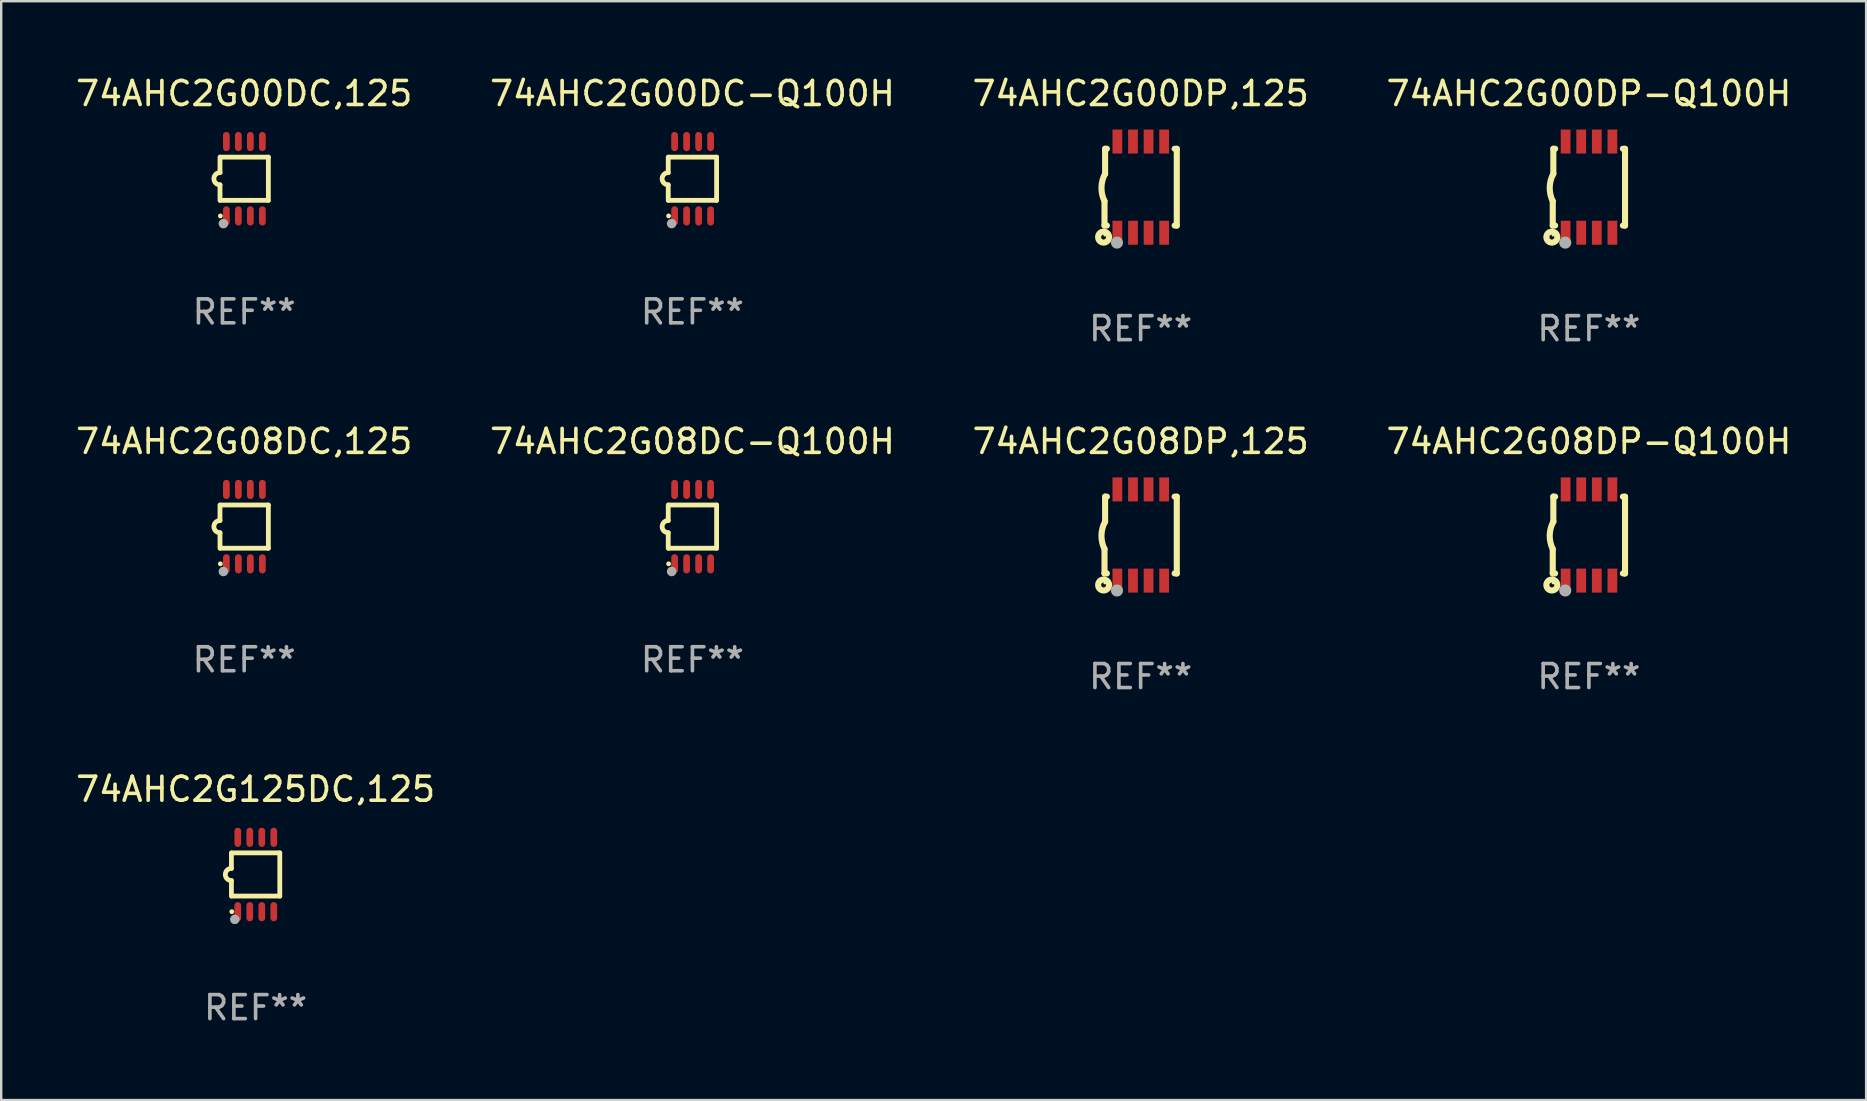
<source format=kicad_pcb>
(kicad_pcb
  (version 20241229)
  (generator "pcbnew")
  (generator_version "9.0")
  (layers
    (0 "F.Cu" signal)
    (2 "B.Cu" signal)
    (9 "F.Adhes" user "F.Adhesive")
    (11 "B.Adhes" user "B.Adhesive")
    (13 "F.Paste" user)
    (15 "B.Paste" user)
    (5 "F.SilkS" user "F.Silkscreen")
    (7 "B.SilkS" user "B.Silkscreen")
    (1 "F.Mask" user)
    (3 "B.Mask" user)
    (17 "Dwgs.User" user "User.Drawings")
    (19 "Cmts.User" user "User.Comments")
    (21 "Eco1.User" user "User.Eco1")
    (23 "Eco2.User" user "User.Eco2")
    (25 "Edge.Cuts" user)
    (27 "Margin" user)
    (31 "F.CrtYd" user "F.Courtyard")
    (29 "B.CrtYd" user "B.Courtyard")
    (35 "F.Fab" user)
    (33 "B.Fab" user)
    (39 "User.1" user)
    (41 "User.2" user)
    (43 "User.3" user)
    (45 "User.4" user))
  (footprint "74AHC2G125DC,125"
    (layer "F.Cu")
    (at 7.601 33.391)
    (property "Reference" "74AHC2G125DC,125" (at 0 -3.55 0) (layer "F.SilkS") (effects (font (size 1 1) (thickness 0.15))))
    (attr through_hole)
    (fp_line (start -1.008 -0.254) (end -1.008 -0.9) (stroke (width 0.2) (type solid)) (layer "F.SilkS"))
    (fp_line (start -1.008 0.254) (end -1.008 0.9) (stroke (width 0.2) (type solid)) (layer "F.SilkS"))
    (fp_line (start -0.992 0.9) (end 1.008 0.9) (stroke (width 0.2) (type solid)) (layer "F.SilkS"))
    (fp_line (start 1.008 -0.9) (end -0.992 -0.9) (stroke (width 0.2) (type solid)) (layer "F.SilkS"))
    (fp_line (start 1.008 0.9) (end 1.008 -0.9) (stroke (width 0.2) (type solid)) (layer "F.SilkS"))
    (fp_arc (start -1.008001 0.254001) (mid -1.262002 0) (end -1.008001 -0.254001) (stroke (width 0.2) (type solid)) (layer "F.SilkS"))
    (fp_circle (center -0.992 1.55) (end -0.942 1.55) (stroke (width 0.1) (type solid)) (fill no) (layer "F.SilkS"))
    (fp_circle (center -0.866 1.87) (end -0.766 1.87) (stroke (width 0.2) (type solid)) (fill no) (layer "F.Fab"))
    (fp_text user "REF**" (at 0 5.55 0) (layer "F.Fab") (effects (font (size 1 1) (thickness 0.15))))
    (pad "1" smd oval (at -0.742 1.55 270) (size 0.8 0.28) (layers "F.Cu" "F.Mask" "F.Paste"))
    (pad "2" smd oval (at -0.242 1.55 270) (size 0.8 0.28) (layers "F.Cu" "F.Mask" "F.Paste"))
    (pad "3" smd oval (at 0.258 1.55 270) (size 0.8 0.28) (layers "F.Cu" "F.Mask" "F.Paste"))
    (pad "4" smd oval (at 0.758 1.55 270) (size 0.8 0.28) (layers "F.Cu" "F.Mask" "F.Paste"))
    (pad "5" smd oval (at 0.758 -1.55 270) (size 0.8 0.28) (layers "F.Cu" "F.Mask" "F.Paste"))
    (pad "6" smd oval (at 0.258 -1.55 270) (size 0.8 0.28) (layers "F.Cu" "F.Mask" "F.Paste"))
    (pad "7" smd oval (at -0.242 -1.55 270) (size 0.8 0.28) (layers "F.Cu" "F.Mask" "F.Paste"))
    (pad "8" smd oval (at -0.742 -1.55 270) (size 0.8 0.28) (layers "F.Cu" "F.Mask" "F.Paste")))
  (footprint "74AHC2G08DC-Q100H"
    (layer "F.Cu")
    (at 25.804 18.895)
    (property "Reference" "74AHC2G08DC-Q100H" (at 0 -3.55 0) (layer "F.SilkS") (effects (font (size 1 1) (thickness 0.15))))
    (attr through_hole)
    (fp_line (start -1.008 -0.254) (end -1.008 -0.9) (stroke (width 0.2) (type solid)) (layer "F.SilkS"))
    (fp_line (start -1.008 0.254) (end -1.008 0.9) (stroke (width 0.2) (type solid)) (layer "F.SilkS"))
    (fp_line (start -0.992 0.9) (end 1.008 0.9) (stroke (width 0.2) (type solid)) (layer "F.SilkS"))
    (fp_line (start 1.008 -0.9) (end -0.992 -0.9) (stroke (width 0.2) (type solid)) (layer "F.SilkS"))
    (fp_line (start 1.008 0.9) (end 1.008 -0.9) (stroke (width 0.2) (type solid)) (layer "F.SilkS"))
    (fp_arc (start -1.008001 0.254001) (mid -1.262002 0) (end -1.008001 -0.254001) (stroke (width 0.2) (type solid)) (layer "F.SilkS"))
    (fp_circle (center -0.992 1.55) (end -0.942 1.55) (stroke (width 0.1) (type solid)) (fill no) (layer "F.SilkS"))
    (fp_circle (center -0.866 1.87) (end -0.766 1.87) (stroke (width 0.2) (type solid)) (fill no) (layer "F.Fab"))
    (fp_text user "REF**" (at 0 5.55 0) (layer "F.Fab") (effects (font (size 1 1) (thickness 0.15))))
    (pad "1" smd oval (at -0.742 1.55 270) (size 0.8 0.28) (layers "F.Cu" "F.Mask" "F.Paste"))
    (pad "2" smd oval (at -0.242 1.55 270) (size 0.8 0.28) (layers "F.Cu" "F.Mask" "F.Paste"))
    (pad "3" smd oval (at 0.258 1.55 270) (size 0.8 0.28) (layers "F.Cu" "F.Mask" "F.Paste"))
    (pad "4" smd oval (at 0.758 1.55 270) (size 0.8 0.28) (layers "F.Cu" "F.Mask" "F.Paste"))
    (pad "5" smd oval (at 0.758 -1.55 270) (size 0.8 0.28) (layers "F.Cu" "F.Mask" "F.Paste"))
    (pad "6" smd oval (at 0.258 -1.55 270) (size 0.8 0.28) (layers "F.Cu" "F.Mask" "F.Paste"))
    (pad "7" smd oval (at -0.242 -1.55 270) (size 0.8 0.28) (layers "F.Cu" "F.Mask" "F.Paste"))
    (pad "8" smd oval (at -0.742 -1.55 270) (size 0.8 0.28) (layers "F.Cu" "F.Mask" "F.Paste")))
  (footprint "74AHC2G08DC,125"
    (layer "F.Cu")
    (at 7.125 18.895)
    (property "Reference" "74AHC2G08DC,125" (at 0 -3.55 0) (layer "F.SilkS") (effects (font (size 1 1) (thickness 0.15))))
    (attr through_hole)
    (fp_line (start -1.008 -0.254) (end -1.008 -0.9) (stroke (width 0.2) (type solid)) (layer "F.SilkS"))
    (fp_line (start -1.008 0.254) (end -1.008 0.9) (stroke (width 0.2) (type solid)) (layer "F.SilkS"))
    (fp_line (start -0.992 0.9) (end 1.008 0.9) (stroke (width 0.2) (type solid)) (layer "F.SilkS"))
    (fp_line (start 1.008 -0.9) (end -0.992 -0.9) (stroke (width 0.2) (type solid)) (layer "F.SilkS"))
    (fp_line (start 1.008 0.9) (end 1.008 -0.9) (stroke (width 0.2) (type solid)) (layer "F.SilkS"))
    (fp_arc (start -1.008001 0.254001) (mid -1.262002 0) (end -1.008001 -0.254001) (stroke (width 0.2) (type solid)) (layer "F.SilkS"))
    (fp_circle (center -0.992 1.55) (end -0.942 1.55) (stroke (width 0.1) (type solid)) (fill no) (layer "F.SilkS"))
    (fp_circle (center -0.866 1.87) (end -0.766 1.87) (stroke (width 0.2) (type solid)) (fill no) (layer "F.Fab"))
    (fp_text user "REF**" (at 0 5.55 0) (layer "F.Fab") (effects (font (size 1 1) (thickness 0.15))))
    (pad "1" smd oval (at -0.742 1.55 270) (size 0.8 0.28) (layers "F.Cu" "F.Mask" "F.Paste"))
    (pad "2" smd oval (at -0.242 1.55 270) (size 0.8 0.28) (layers "F.Cu" "F.Mask" "F.Paste"))
    (pad "3" smd oval (at 0.258 1.55 270) (size 0.8 0.28) (layers "F.Cu" "F.Mask" "F.Paste"))
    (pad "4" smd oval (at 0.758 1.55 270) (size 0.8 0.28) (layers "F.Cu" "F.Mask" "F.Paste"))
    (pad "5" smd oval (at 0.758 -1.55 270) (size 0.8 0.28) (layers "F.Cu" "F.Mask" "F.Paste"))
    (pad "6" smd oval (at 0.258 -1.55 270) (size 0.8 0.28) (layers "F.Cu" "F.Mask" "F.Paste"))
    (pad "7" smd oval (at -0.242 -1.55 270) (size 0.8 0.28) (layers "F.Cu" "F.Mask" "F.Paste"))
    (pad "8" smd oval (at -0.742 -1.55 270) (size 0.8 0.28) (layers "F.Cu" "F.Mask" "F.Paste")))
  (footprint "74AHC2G00DC,125"
    (layer "F.Cu")
    (at 7.125 4.398)
    (property "Reference" "74AHC2G00DC,125" (at 0 -3.55 0) (layer "F.SilkS") (effects (font (size 1 1) (thickness 0.15))))
    (attr through_hole)
    (fp_line (start -1.008 -0.254) (end -1.008 -0.9) (stroke (width 0.2) (type solid)) (layer "F.SilkS"))
    (fp_line (start -1.008 0.254) (end -1.008 0.9) (stroke (width 0.2) (type solid)) (layer "F.SilkS"))
    (fp_line (start -0.992 0.9) (end 1.008 0.9) (stroke (width 0.2) (type solid)) (layer "F.SilkS"))
    (fp_line (start 1.008 -0.9) (end -0.992 -0.9) (stroke (width 0.2) (type solid)) (layer "F.SilkS"))
    (fp_line (start 1.008 0.9) (end 1.008 -0.9) (stroke (width 0.2) (type solid)) (layer "F.SilkS"))
    (fp_arc (start -1.008001 0.254001) (mid -1.262002 0) (end -1.008001 -0.254001) (stroke (width 0.2) (type solid)) (layer "F.SilkS"))
    (fp_circle (center -0.992 1.55) (end -0.942 1.55) (stroke (width 0.1) (type solid)) (fill no) (layer "F.SilkS"))
    (fp_circle (center -0.866 1.87) (end -0.766 1.87) (stroke (width 0.2) (type solid)) (fill no) (layer "F.Fab"))
    (fp_text user "REF**" (at 0 5.55 0) (layer "F.Fab") (effects (font (size 1 1) (thickness 0.15))))
    (pad "1" smd oval (at -0.742 1.55 270) (size 0.8 0.28) (layers "F.Cu" "F.Mask" "F.Paste"))
    (pad "2" smd oval (at -0.242 1.55 270) (size 0.8 0.28) (layers "F.Cu" "F.Mask" "F.Paste"))
    (pad "3" smd oval (at 0.258 1.55 270) (size 0.8 0.28) (layers "F.Cu" "F.Mask" "F.Paste"))
    (pad "4" smd oval (at 0.758 1.55 270) (size 0.8 0.28) (layers "F.Cu" "F.Mask" "F.Paste"))
    (pad "5" smd oval (at 0.758 -1.55 270) (size 0.8 0.28) (layers "F.Cu" "F.Mask" "F.Paste"))
    (pad "6" smd oval (at 0.258 -1.55 270) (size 0.8 0.28) (layers "F.Cu" "F.Mask" "F.Paste"))
    (pad "7" smd oval (at -0.242 -1.55 270) (size 0.8 0.28) (layers "F.Cu" "F.Mask" "F.Paste"))
    (pad "8" smd oval (at -0.742 -1.55 270) (size 0.8 0.28) (layers "F.Cu" "F.Mask" "F.Paste")))
  (footprint "74AHC2G08DP-Q100H"
    (layer "F.Cu")
    (at 63.161 19.245)
    (property "Reference" "74AHC2G08DP-Q100H" (at 0 -3.9 0) (layer "F.SilkS") (effects (font (size 1 1) (thickness 0.15))))
    (attr through_hole)
    (fp_line (start -1.506 1.6) (end -1.506 0.584) (stroke (width 0.254) (type solid)) (layer "F.SilkS"))
    (fp_line (start -1.506 1.6) (end -1.407 1.6) (stroke (width 0.254) (type solid)) (layer "F.SilkS"))
    (fp_line (start -1.481 -1.599) (end -1.481 -0.549) (stroke (width 0.254) (type solid)) (layer "F.SilkS"))
    (fp_line (start -1.481 -1.599) (end -1.407 -1.599) (stroke (width 0.254) (type solid)) (layer "F.SilkS"))
    (fp_line (start 1.417 -1.599) (end 1.506 -1.599) (stroke (width 0.254) (type solid)) (layer "F.SilkS"))
    (fp_line (start 1.417 1.6) (end 1.506 1.6) (stroke (width 0.254) (type solid)) (layer "F.SilkS"))
    (fp_line (start 1.506 1.603) (end 1.506 -1.595) (stroke (width 0.254) (type solid)) (layer "F.SilkS"))
    (fp_arc (start -1.506223 0.584328) (mid -1.632455 0.00974) (end -1.480823 -0.558674) (stroke (width 0.254001) (type solid)) (layer "F.SilkS"))
    (fp_circle (center -1.544 2.083) (end -1.443 2.083) (stroke (width 0.254) (type solid)) (fill no) (layer "F.SilkS"))
    (fp_circle (center -1.495 2) (end -1.465 2) (stroke (width 0.06) (type solid)) (fill no) (layer "F.SilkS"))
    (fp_circle (center -0.986 2.312) (end -0.859 2.312) (stroke (width 0.254) (type solid)) (fill no) (layer "F.Fab"))
    (fp_text user "REF**" (at 0 5.9 0) (layer "F.Fab") (effects (font (size 1 1) (thickness 0.15))))
    (pad "1" smd rect (at -0.97 1.9 90) (size 1 0.406) (layers "F.Cu" "F.Mask" "F.Paste"))
    (pad "2" smd rect (at -0.32 1.9 90) (size 1 0.406) (layers "F.Cu" "F.Mask" "F.Paste"))
    (pad "3" smd rect (at 0.33 1.9 90) (size 1 0.406) (layers "F.Cu" "F.Mask" "F.Paste"))
    (pad "4" smd rect (at 0.98 1.9 90) (size 1 0.406) (layers "F.Cu" "F.Mask" "F.Paste"))
    (pad "5" smd rect (at 0.98 -1.9 90) (size 1 0.406) (layers "F.Cu" "F.Mask" "F.Paste"))
    (pad "6" smd rect (at 0.33 -1.9 90) (size 1 0.406) (layers "F.Cu" "F.Mask" "F.Paste"))
    (pad "7" smd rect (at -0.32 -1.9 90) (size 1 0.406) (layers "F.Cu" "F.Mask" "F.Paste"))
    (pad "8" smd rect (at -0.97 -1.9 90) (size 1 0.406) (layers "F.Cu" "F.Mask" "F.Paste")))
  (footprint "74AHC2G00DP,125"
    (layer "F.Cu")
    (at 44.482 4.748)
    (property "Reference" "74AHC2G00DP,125" (at 0 -3.9 0) (layer "F.SilkS") (effects (font (size 1 1) (thickness 0.15))))
    (attr through_hole)
    (fp_line (start -1.506 1.6) (end -1.506 0.584) (stroke (width 0.254) (type solid)) (layer "F.SilkS"))
    (fp_line (start -1.506 1.6) (end -1.407 1.6) (stroke (width 0.254) (type solid)) (layer "F.SilkS"))
    (fp_line (start -1.481 -1.599) (end -1.481 -0.549) (stroke (width 0.254) (type solid)) (layer "F.SilkS"))
    (fp_line (start -1.481 -1.599) (end -1.407 -1.599) (stroke (width 0.254) (type solid)) (layer "F.SilkS"))
    (fp_line (start 1.417 -1.599) (end 1.506 -1.599) (stroke (width 0.254) (type solid)) (layer "F.SilkS"))
    (fp_line (start 1.417 1.6) (end 1.506 1.6) (stroke (width 0.254) (type solid)) (layer "F.SilkS"))
    (fp_line (start 1.506 1.603) (end 1.506 -1.595) (stroke (width 0.254) (type solid)) (layer "F.SilkS"))
    (fp_arc (start -1.506223 0.584328) (mid -1.632455 0.00974) (end -1.480823 -0.558674) (stroke (width 0.254001) (type solid)) (layer "F.SilkS"))
    (fp_circle (center -1.544 2.083) (end -1.443 2.083) (stroke (width 0.254) (type solid)) (fill no) (layer "F.SilkS"))
    (fp_circle (center -1.495 2) (end -1.465 2) (stroke (width 0.06) (type solid)) (fill no) (layer "F.SilkS"))
    (fp_circle (center -0.986 2.312) (end -0.859 2.312) (stroke (width 0.254) (type solid)) (fill no) (layer "F.Fab"))
    (fp_text user "REF**" (at 0 5.9 0) (layer "F.Fab") (effects (font (size 1 1) (thickness 0.15))))
    (pad "1" smd rect (at -0.97 1.9 90) (size 1 0.406) (layers "F.Cu" "F.Mask" "F.Paste"))
    (pad "2" smd rect (at -0.32 1.9 90) (size 1 0.406) (layers "F.Cu" "F.Mask" "F.Paste"))
    (pad "3" smd rect (at 0.33 1.9 90) (size 1 0.406) (layers "F.Cu" "F.Mask" "F.Paste"))
    (pad "4" smd rect (at 0.98 1.9 90) (size 1 0.406) (layers "F.Cu" "F.Mask" "F.Paste"))
    (pad "5" smd rect (at 0.98 -1.9 90) (size 1 0.406) (layers "F.Cu" "F.Mask" "F.Paste"))
    (pad "6" smd rect (at 0.33 -1.9 90) (size 1 0.406) (layers "F.Cu" "F.Mask" "F.Paste"))
    (pad "7" smd rect (at -0.32 -1.9 90) (size 1 0.406) (layers "F.Cu" "F.Mask" "F.Paste"))
    (pad "8" smd rect (at -0.97 -1.9 90) (size 1 0.406) (layers "F.Cu" "F.Mask" "F.Paste")))
  (footprint "74AHC2G00DP-Q100H"
    (layer "F.Cu")
    (at 63.161 4.748)
    (property "Reference" "74AHC2G00DP-Q100H" (at 0 -3.9 0) (layer "F.SilkS") (effects (font (size 1 1) (thickness 0.15))))
    (attr through_hole)
    (fp_line (start -1.506 1.6) (end -1.506 0.584) (stroke (width 0.254) (type solid)) (layer "F.SilkS"))
    (fp_line (start -1.506 1.6) (end -1.407 1.6) (stroke (width 0.254) (type solid)) (layer "F.SilkS"))
    (fp_line (start -1.481 -1.599) (end -1.481 -0.549) (stroke (width 0.254) (type solid)) (layer "F.SilkS"))
    (fp_line (start -1.481 -1.599) (end -1.407 -1.599) (stroke (width 0.254) (type solid)) (layer "F.SilkS"))
    (fp_line (start 1.417 -1.599) (end 1.506 -1.599) (stroke (width 0.254) (type solid)) (layer "F.SilkS"))
    (fp_line (start 1.417 1.6) (end 1.506 1.6) (stroke (width 0.254) (type solid)) (layer "F.SilkS"))
    (fp_line (start 1.506 1.603) (end 1.506 -1.595) (stroke (width 0.254) (type solid)) (layer "F.SilkS"))
    (fp_arc (start -1.506223 0.584328) (mid -1.632455 0.00974) (end -1.480823 -0.558674) (stroke (width 0.254001) (type solid)) (layer "F.SilkS"))
    (fp_circle (center -1.544 2.083) (end -1.443 2.083) (stroke (width 0.254) (type solid)) (fill no) (layer "F.SilkS"))
    (fp_circle (center -1.495 2) (end -1.465 2) (stroke (width 0.06) (type solid)) (fill no) (layer "F.SilkS"))
    (fp_circle (center -0.986 2.312) (end -0.859 2.312) (stroke (width 0.254) (type solid)) (fill no) (layer "F.Fab"))
    (fp_text user "REF**" (at 0 5.9 0) (layer "F.Fab") (effects (font (size 1 1) (thickness 0.15))))
    (pad "1" smd rect (at -0.97 1.9 90) (size 1 0.406) (layers "F.Cu" "F.Mask" "F.Paste"))
    (pad "2" smd rect (at -0.32 1.9 90) (size 1 0.406) (layers "F.Cu" "F.Mask" "F.Paste"))
    (pad "3" smd rect (at 0.33 1.9 90) (size 1 0.406) (layers "F.Cu" "F.Mask" "F.Paste"))
    (pad "4" smd rect (at 0.98 1.9 90) (size 1 0.406) (layers "F.Cu" "F.Mask" "F.Paste"))
    (pad "5" smd rect (at 0.98 -1.9 90) (size 1 0.406) (layers "F.Cu" "F.Mask" "F.Paste"))
    (pad "6" smd rect (at 0.33 -1.9 90) (size 1 0.406) (layers "F.Cu" "F.Mask" "F.Paste"))
    (pad "7" smd rect (at -0.32 -1.9 90) (size 1 0.406) (layers "F.Cu" "F.Mask" "F.Paste"))
    (pad "8" smd rect (at -0.97 -1.9 90) (size 1 0.406) (layers "F.Cu" "F.Mask" "F.Paste")))
  (footprint "74AHC2G00DC-Q100H"
    (layer "F.Cu")
    (at 25.804 4.398)
    (property "Reference" "74AHC2G00DC-Q100H" (at 0 -3.55 0) (layer "F.SilkS") (effects (font (size 1 1) (thickness 0.15))))
    (attr through_hole)
    (fp_line (start -1.008 -0.254) (end -1.008 -0.9) (stroke (width 0.2) (type solid)) (layer "F.SilkS"))
    (fp_line (start -1.008 0.254) (end -1.008 0.9) (stroke (width 0.2) (type solid)) (layer "F.SilkS"))
    (fp_line (start -0.992 0.9) (end 1.008 0.9) (stroke (width 0.2) (type solid)) (layer "F.SilkS"))
    (fp_line (start 1.008 -0.9) (end -0.992 -0.9) (stroke (width 0.2) (type solid)) (layer "F.SilkS"))
    (fp_line (start 1.008 0.9) (end 1.008 -0.9) (stroke (width 0.2) (type solid)) (layer "F.SilkS"))
    (fp_arc (start -1.008001 0.254001) (mid -1.262002 0) (end -1.008001 -0.254001) (stroke (width 0.2) (type solid)) (layer "F.SilkS"))
    (fp_circle (center -0.992 1.55) (end -0.942 1.55) (stroke (width 0.1) (type solid)) (fill no) (layer "F.SilkS"))
    (fp_circle (center -0.866 1.87) (end -0.766 1.87) (stroke (width 0.2) (type solid)) (fill no) (layer "F.Fab"))
    (fp_text user "REF**" (at 0 5.55 0) (layer "F.Fab") (effects (font (size 1 1) (thickness 0.15))))
    (pad "1" smd oval (at -0.742 1.55 270) (size 0.8 0.28) (layers "F.Cu" "F.Mask" "F.Paste"))
    (pad "2" smd oval (at -0.242 1.55 270) (size 0.8 0.28) (layers "F.Cu" "F.Mask" "F.Paste"))
    (pad "3" smd oval (at 0.258 1.55 270) (size 0.8 0.28) (layers "F.Cu" "F.Mask" "F.Paste"))
    (pad "4" smd oval (at 0.758 1.55 270) (size 0.8 0.28) (layers "F.Cu" "F.Mask" "F.Paste"))
    (pad "5" smd oval (at 0.758 -1.55 270) (size 0.8 0.28) (layers "F.Cu" "F.Mask" "F.Paste"))
    (pad "6" smd oval (at 0.258 -1.55 270) (size 0.8 0.28) (layers "F.Cu" "F.Mask" "F.Paste"))
    (pad "7" smd oval (at -0.242 -1.55 270) (size 0.8 0.28) (layers "F.Cu" "F.Mask" "F.Paste"))
    (pad "8" smd oval (at -0.742 -1.55 270) (size 0.8 0.28) (layers "F.Cu" "F.Mask" "F.Paste")))
  (footprint "74AHC2G08DP,125"
    (layer "F.Cu")
    (at 44.482 19.245)
    (property "Reference" "74AHC2G08DP,125" (at 0 -3.9 0) (layer "F.SilkS") (effects (font (size 1 1) (thickness 0.15))))
    (attr through_hole)
    (fp_line (start -1.506 1.6) (end -1.506 0.584) (stroke (width 0.254) (type solid)) (layer "F.SilkS"))
    (fp_line (start -1.506 1.6) (end -1.407 1.6) (stroke (width 0.254) (type solid)) (layer "F.SilkS"))
    (fp_line (start -1.481 -1.599) (end -1.481 -0.549) (stroke (width 0.254) (type solid)) (layer "F.SilkS"))
    (fp_line (start -1.481 -1.599) (end -1.407 -1.599) (stroke (width 0.254) (type solid)) (layer "F.SilkS"))
    (fp_line (start 1.417 -1.599) (end 1.506 -1.599) (stroke (width 0.254) (type solid)) (layer "F.SilkS"))
    (fp_line (start 1.417 1.6) (end 1.506 1.6) (stroke (width 0.254) (type solid)) (layer "F.SilkS"))
    (fp_line (start 1.506 1.603) (end 1.506 -1.595) (stroke (width 0.254) (type solid)) (layer "F.SilkS"))
    (fp_arc (start -1.506223 0.584328) (mid -1.632455 0.00974) (end -1.480823 -0.558674) (stroke (width 0.254001) (type solid)) (layer "F.SilkS"))
    (fp_circle (center -1.544 2.083) (end -1.443 2.083) (stroke (width 0.254) (type solid)) (fill no) (layer "F.SilkS"))
    (fp_circle (center -1.495 2) (end -1.465 2) (stroke (width 0.06) (type solid)) (fill no) (layer "F.SilkS"))
    (fp_circle (center -0.986 2.312) (end -0.859 2.312) (stroke (width 0.254) (type solid)) (fill no) (layer "F.Fab"))
    (fp_text user "REF**" (at 0 5.9 0) (layer "F.Fab") (effects (font (size 1 1) (thickness 0.15))))
    (pad "1" smd rect (at -0.97 1.9 90) (size 1 0.406) (layers "F.Cu" "F.Mask" "F.Paste"))
    (pad "2" smd rect (at -0.32 1.9 90) (size 1 0.406) (layers "F.Cu" "F.Mask" "F.Paste"))
    (pad "3" smd rect (at 0.33 1.9 90) (size 1 0.406) (layers "F.Cu" "F.Mask" "F.Paste"))
    (pad "4" smd rect (at 0.98 1.9 90) (size 1 0.406) (layers "F.Cu" "F.Mask" "F.Paste"))
    (pad "5" smd rect (at 0.98 -1.9 90) (size 1 0.406) (layers "F.Cu" "F.Mask" "F.Paste"))
    (pad "6" smd rect (at 0.33 -1.9 90) (size 1 0.406) (layers "F.Cu" "F.Mask" "F.Paste"))
    (pad "7" smd rect (at -0.32 -1.9 90) (size 1 0.406) (layers "F.Cu" "F.Mask" "F.Paste"))
    (pad "8" smd rect (at -0.97 -1.9 90) (size 1 0.406) (layers "F.Cu" "F.Mask" "F.Paste")))
  (gr_rect
    (start -3 -3)
    (end 74.714 42.79)
    (stroke (width 0.1) (type default))
    (fill no)
    (layer "Edge.Cuts")))
</source>
